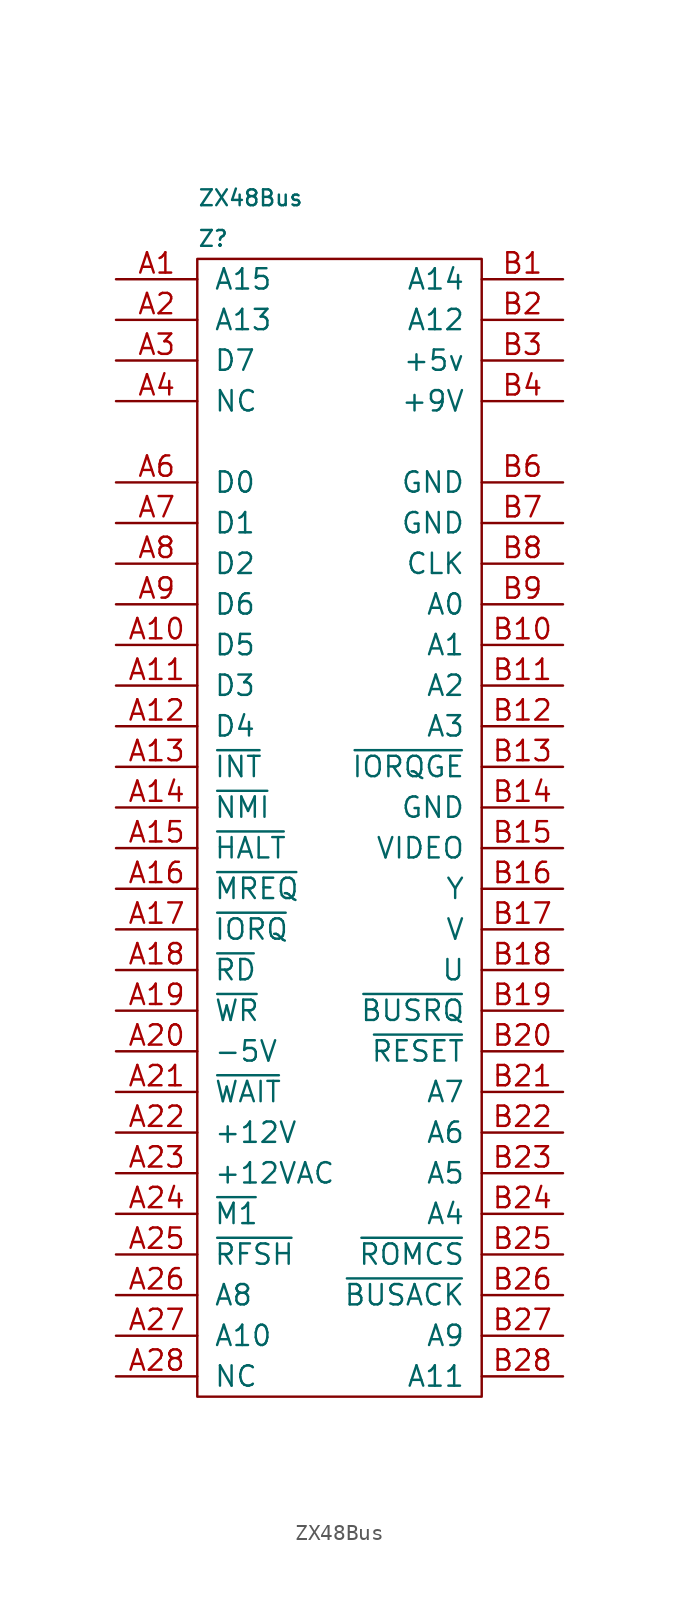
<source format=kicad_sym>
(kicad_symbol_lib
  (version 20211014)
  (generator kicad_symbol_editor)
  (symbol "ZX48Bus"
    (pin_names
      (offset 1.016))
    (property "Reference" "Z"
      (at 0 83.82 0)
      (effects (font (size 0.991 0.991)) (justify left)))
    (property "Value" "ZX48Bus"
      (at 0 86.36 0)
      (effects (font (size 0.991 0.991)) (justify left)))
    (symbol "ZX48Bus_0_0"
      (rectangle (start 0 82.55) (end 17.78 11.43) (stroke (width 0) (type default) (color 0 0 0 0)) (fill (type none))))
    (symbol "ZX48Bus_1_1"
      (pin input line (at -5.08 81.28 0) (length 5.08) (name "A15" (effects (font (size 1.27 1.27)))) (number "A1" (effects (font (size 1.27 1.27)))))
      (pin input line (at -5.08 58.42 0) (length 5.08) (name "D5" (effects (font (size 1.27 1.27)))) (number "A10" (effects (font (size 1.27 1.27)))))
      (pin input line (at -5.08 55.88 0) (length 5.08) (name "D3" (effects (font (size 1.27 1.27)))) (number "A11" (effects (font (size 1.27 1.27)))))
      (pin input line (at -5.08 53.34 0) (length 5.08) (name "D4" (effects (font (size 1.27 1.27)))) (number "A12" (effects (font (size 1.27 1.27)))))
      (pin input line (at -5.08 50.8 0) (length 5.08) (name "~{INT}" (effects (font (size 1.27 1.27)))) (number "A13" (effects (font (size 1.27 1.27)))))
      (pin input line (at -5.08 48.26 0) (length 5.08) (name "~{NMI}" (effects (font (size 1.27 1.27)))) (number "A14" (effects (font (size 1.27 1.27)))))
      (pin input line (at -5.08 45.72 0) (length 5.08) (name "~{HALT}" (effects (font (size 1.27 1.27)))) (number "A15" (effects (font (size 1.27 1.27)))))
      (pin input line (at -5.08 43.18 0) (length 5.08) (name "~{MREQ}" (effects (font (size 1.27 1.27)))) (number "A16" (effects (font (size 1.27 1.27)))))
      (pin input line (at -5.08 40.64 0) (length 5.08) (name "~{IORQ}" (effects (font (size 1.27 1.27)))) (number "A17" (effects (font (size 1.27 1.27)))))
      (pin input line (at -5.08 38.1 0) (length 5.08) (name "~{RD}" (effects (font (size 1.27 1.27)))) (number "A18" (effects (font (size 1.27 1.27)))))
      (pin input line (at -5.08 35.56 0) (length 5.08) (name "~{WR}" (effects (font (size 1.27 1.27)))) (number "A19" (effects (font (size 1.27 1.27)))))
      (pin input line (at -5.08 78.74 0) (length 5.08) (name "A13" (effects (font (size 1.27 1.27)))) (number "A2" (effects (font (size 1.27 1.27)))))
      (pin input line (at -5.08 33.02 0) (length 5.08) (name "-5V" (effects (font (size 1.27 1.27)))) (number "A20" (effects (font (size 1.27 1.27)))))
      (pin input line (at -5.08 30.48 0) (length 5.08) (name "~{WAIT}" (effects (font (size 1.27 1.27)))) (number "A21" (effects (font (size 1.27 1.27)))))
      (pin input line (at -5.08 27.94 0) (length 5.08) (name "+12V" (effects (font (size 1.27 1.27)))) (number "A22" (effects (font (size 1.27 1.27)))))
      (pin input line (at -5.08 25.4 0) (length 5.08) (name "+12VAC" (effects (font (size 1.27 1.27)))) (number "A23" (effects (font (size 1.27 1.27)))))
      (pin input line (at -5.08 22.86 0) (length 5.08) (name "~{M1}" (effects (font (size 1.27 1.27)))) (number "A24" (effects (font (size 1.27 1.27)))))
      (pin input line (at -5.08 20.32 0) (length 5.08) (name "~{RFSH}" (effects (font (size 1.27 1.27)))) (number "A25" (effects (font (size 1.27 1.27)))))
      (pin input line (at -5.08 17.78 0) (length 5.08) (name "A8" (effects (font (size 1.27 1.27)))) (number "A26" (effects (font (size 1.27 1.27)))))
      (pin input line (at -5.08 15.24 0) (length 5.08) (name "A10" (effects (font (size 1.27 1.27)))) (number "A27" (effects (font (size 1.27 1.27)))))
      (pin input line (at -5.08 12.7 0) (length 5.08) (name "NC" (effects (font (size 1.27 1.27)))) (number "A28" (effects (font (size 1.27 1.27)))))
      (pin input line (at -5.08 76.2 0) (length 5.08) (name "D7" (effects (font (size 1.27 1.27)))) (number "A3" (effects (font (size 1.27 1.27)))))
      (pin input line (at -5.08 73.66 0) (length 5.08) (name "NC" (effects (font (size 1.27 1.27)))) (number "A4" (effects (font (size 1.27 1.27)))))
      (pin input line (at -5.08 68.58 0) (length 5.08) (name "D0" (effects (font (size 1.27 1.27)))) (number "A6" (effects (font (size 1.27 1.27)))))
      (pin input line (at -5.08 66.04 0) (length 5.08) (name "D1" (effects (font (size 1.27 1.27)))) (number "A7" (effects (font (size 1.27 1.27)))))
      (pin input line (at -5.08 63.5 0) (length 5.08) (name "D2" (effects (font (size 1.27 1.27)))) (number "A8" (effects (font (size 1.27 1.27)))))
      (pin input line (at -5.08 60.96 0) (length 5.08) (name "D6" (effects (font (size 1.27 1.27)))) (number "A9" (effects (font (size 1.27 1.27)))))
      (pin input line (at 22.86 81.28 180) (length 5.08) (name "A14" (effects (font (size 1.27 1.27)))) (number "B1" (effects (font (size 1.27 1.27)))))
      (pin input line (at 22.86 58.42 180) (length 5.08) (name "A1" (effects (font (size 1.27 1.27)))) (number "B10" (effects (font (size 1.27 1.27)))))
      (pin input line (at 22.86 55.88 180) (length 5.08) (name "A2" (effects (font (size 1.27 1.27)))) (number "B11" (effects (font (size 1.27 1.27)))))
      (pin input line (at 22.86 53.34 180) (length 5.08) (name "A3" (effects (font (size 1.27 1.27)))) (number "B12" (effects (font (size 1.27 1.27)))))
      (pin input line (at 22.86 50.8 180) (length 5.08) (name "~{IORQGE}" (effects (font (size 1.27 1.27)))) (number "B13" (effects (font (size 1.27 1.27)))))
      (pin input line (at 22.86 48.26 180) (length 5.08) (name "GND" (effects (font (size 1.27 1.27)))) (number "B14" (effects (font (size 1.27 1.27)))))
      (pin input line (at 22.86 45.72 180) (length 5.08) (name "VIDEO" (effects (font (size 1.27 1.27)))) (number "B15" (effects (font (size 1.27 1.27)))))
      (pin input line (at 22.86 43.18 180) (length 5.08) (name "Y" (effects (font (size 1.27 1.27)))) (number "B16" (effects (font (size 1.27 1.27)))))
      (pin input line (at 22.86 40.64 180) (length 5.08) (name "V" (effects (font (size 1.27 1.27)))) (number "B17" (effects (font (size 1.27 1.27)))))
      (pin input line (at 22.86 38.1 180) (length 5.08) (name "U" (effects (font (size 1.27 1.27)))) (number "B18" (effects (font (size 1.27 1.27)))))
      (pin input line (at 22.86 35.56 180) (length 5.08) (name "~{BUSRQ}" (effects (font (size 1.27 1.27)))) (number "B19" (effects (font (size 1.27 1.27)))))
      (pin input line (at 22.86 78.74 180) (length 5.08) (name "A12" (effects (font (size 1.27 1.27)))) (number "B2" (effects (font (size 1.27 1.27)))))
      (pin input line (at 22.86 33.02 180) (length 5.08) (name "~{RESET}" (effects (font (size 1.27 1.27)))) (number "B20" (effects (font (size 1.27 1.27)))))
      (pin input line (at 22.86 30.48 180) (length 5.08) (name "A7" (effects (font (size 1.27 1.27)))) (number "B21" (effects (font (size 1.27 1.27)))))
      (pin input line (at 22.86 27.94 180) (length 5.08) (name "A6" (effects (font (size 1.27 1.27)))) (number "B22" (effects (font (size 1.27 1.27)))))
      (pin input line (at 22.86 25.4 180) (length 5.08) (name "A5" (effects (font (size 1.27 1.27)))) (number "B23" (effects (font (size 1.27 1.27)))))
      (pin input line (at 22.86 22.86 180) (length 5.08) (name "A4" (effects (font (size 1.27 1.27)))) (number "B24" (effects (font (size 1.27 1.27)))))
      (pin input line (at 22.86 20.32 180) (length 5.08) (name "~{ROMCS}" (effects (font (size 1.27 1.27)))) (number "B25" (effects (font (size 1.27 1.27)))))
      (pin input line (at 22.86 17.78 180) (length 5.08) (name "~{BUSACK}" (effects (font (size 1.27 1.27)))) (number "B26" (effects (font (size 1.27 1.27)))))
      (pin input line (at 22.86 15.24 180) (length 5.08) (name "A9" (effects (font (size 1.27 1.27)))) (number "B27" (effects (font (size 1.27 1.27)))))
      (pin input line (at 22.86 12.7 180) (length 5.08) (name "A11" (effects (font (size 1.27 1.27)))) (number "B28" (effects (font (size 1.27 1.27)))))
      (pin input line (at 22.86 76.2 180) (length 5.08) (name "+5v" (effects (font (size 1.27 1.27)))) (number "B3" (effects (font (size 1.27 1.27)))))
      (pin input line (at 22.86 73.66 180) (length 5.08) (name "+9V" (effects (font (size 1.27 1.27)))) (number "B4" (effects (font (size 1.27 1.27)))))
      (pin input line (at 22.86 68.58 180) (length 5.08) (name "GND" (effects (font (size 1.27 1.27)))) (number "B6" (effects (font (size 1.27 1.27)))))
      (pin input line (at 22.86 66.04 180) (length 5.08) (name "GND" (effects (font (size 1.27 1.27)))) (number "B7" (effects (font (size 1.27 1.27)))))
      (pin input line (at 22.86 63.5 180) (length 5.08) (name "CLK" (effects (font (size 1.27 1.27)))) (number "B8" (effects (font (size 1.27 1.27)))))
      (pin input line (at 22.86 60.96 180) (length 5.08) (name "A0" (effects (font (size 1.27 1.27)))) (number "B9" (effects (font (size 1.27 1.27))))))))
</source>
